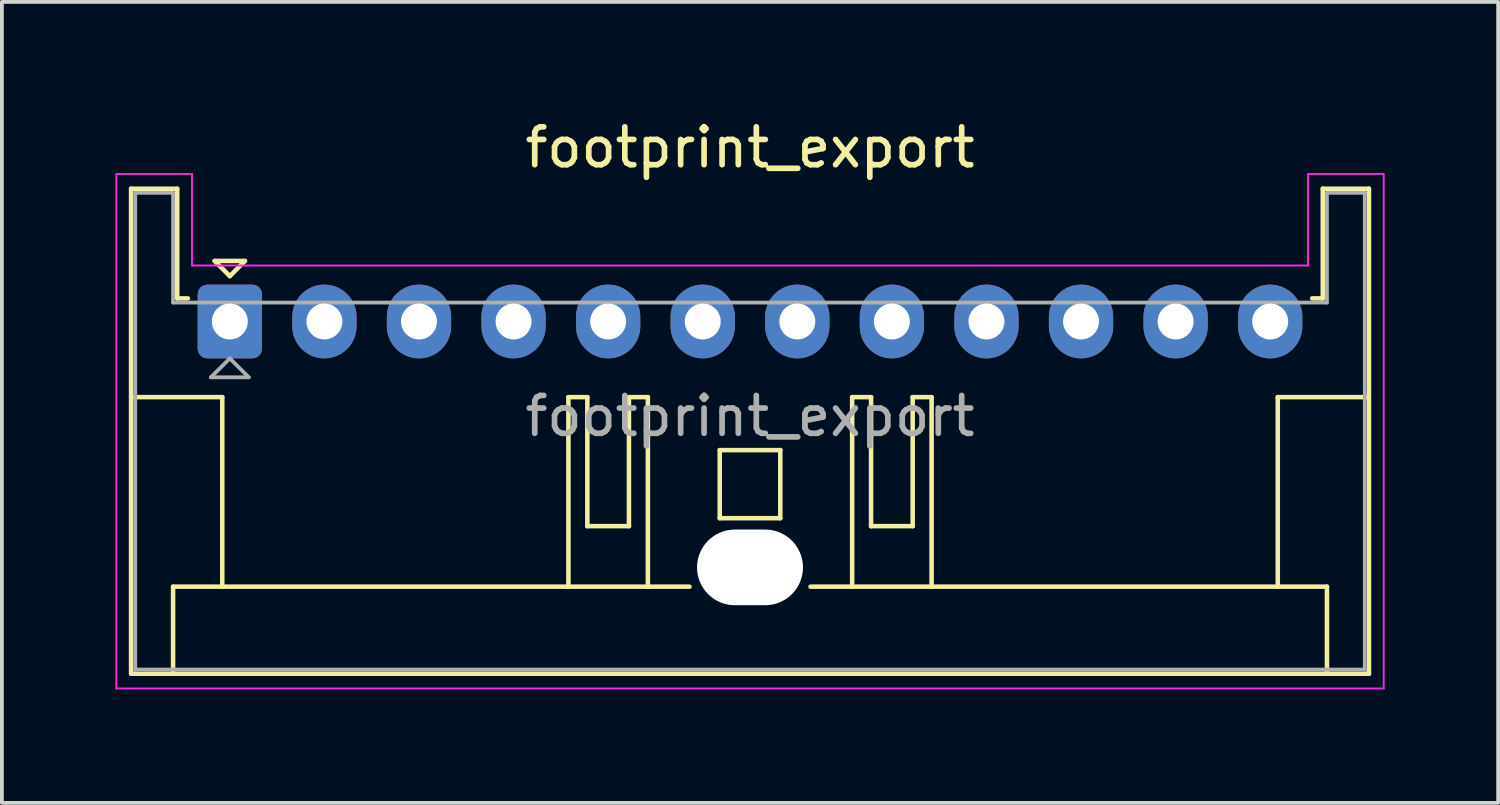
<source format=kicad_pcb>
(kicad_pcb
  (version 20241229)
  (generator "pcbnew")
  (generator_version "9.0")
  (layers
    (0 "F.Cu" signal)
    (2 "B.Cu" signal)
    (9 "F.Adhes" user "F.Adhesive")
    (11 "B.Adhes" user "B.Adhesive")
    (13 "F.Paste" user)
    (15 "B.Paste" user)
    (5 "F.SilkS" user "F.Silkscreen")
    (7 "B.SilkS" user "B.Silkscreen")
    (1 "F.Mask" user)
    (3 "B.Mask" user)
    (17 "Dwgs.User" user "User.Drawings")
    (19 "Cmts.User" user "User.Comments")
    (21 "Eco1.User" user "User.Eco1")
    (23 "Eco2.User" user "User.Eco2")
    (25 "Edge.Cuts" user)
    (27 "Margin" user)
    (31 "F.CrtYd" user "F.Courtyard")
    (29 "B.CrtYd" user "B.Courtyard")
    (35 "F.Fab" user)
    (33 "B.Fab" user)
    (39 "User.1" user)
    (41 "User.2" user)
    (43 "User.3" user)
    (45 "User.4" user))
  (footprint "footprint_export"
    (layer "F.Cu")
    (at 3.025 5.448)
    (property "Reference" "footprint_export" (at 13.75 -4.6 0) (layer "F.SilkS") (effects (font (size 1 1) (thickness 0.15))))
    (attr through_hole)
    (fp_line (start -2.61 -3.51) (end -2.61 9.31) (stroke (width 0.12) (type solid)) (layer "F.SilkS"))
    (fp_line (start -2.61 9.31) (end 30.11 9.31) (stroke (width 0.12) (type solid)) (layer "F.SilkS"))
    (fp_line (start -1.5 7.01) (end 12.15 7.01) (stroke (width 0.12) (type solid)) (layer "F.SilkS"))
    (fp_line (start -1.5 9.31) (end -1.5 7.01) (stroke (width 0.12) (type solid)) (layer "F.SilkS"))
    (fp_line (start -1.39 -3.51) (end -2.61 -3.51) (stroke (width 0.12) (type solid)) (layer "F.SilkS"))
    (fp_line (start -1.39 -0.61) (end -1.39 -3.51) (stroke (width 0.12) (type solid)) (layer "F.SilkS"))
    (fp_line (start -1.11 -0.61) (end -1.39 -0.61) (stroke (width 0.12) (type solid)) (layer "F.SilkS"))
    (fp_line (start -0.4 -1.6) (end 0.4 -1.6) (stroke (width 0.12) (type solid)) (layer "F.SilkS"))
    (fp_line (start -0.2 2) (end -2.61 2) (stroke (width 0.12) (type solid)) (layer "F.SilkS"))
    (fp_line (start -0.2 7.01) (end -0.2 2) (stroke (width 0.12) (type solid)) (layer "F.SilkS"))
    (fp_line (start 0 -1.2) (end -0.4 -1.6) (stroke (width 0.12) (type solid)) (layer "F.SilkS"))
    (fp_line (start 0.4 -1.6) (end 0 -1.2) (stroke (width 0.12) (type solid)) (layer "F.SilkS"))
    (fp_line (start 8.95 2) (end 8.95 7.01) (stroke (width 0.12) (type solid)) (layer "F.SilkS"))
    (fp_line (start 9.45 2) (end 8.95 2) (stroke (width 0.12) (type solid)) (layer "F.SilkS"))
    (fp_line (start 9.45 5.41) (end 9.45 2) (stroke (width 0.12) (type solid)) (layer "F.SilkS"))
    (fp_line (start 10.55 2) (end 10.55 5.41) (stroke (width 0.12) (type solid)) (layer "F.SilkS"))
    (fp_line (start 10.55 5.41) (end 9.45 5.41) (stroke (width 0.12) (type solid)) (layer "F.SilkS"))
    (fp_line (start 11.05 2) (end 10.55 2) (stroke (width 0.12) (type solid)) (layer "F.SilkS"))
    (fp_line (start 11.05 7.01) (end 11.05 2) (stroke (width 0.12) (type solid)) (layer "F.SilkS"))
    (fp_line (start 12.95 3.4) (end 14.55 3.4) (stroke (width 0.12) (type solid)) (layer "F.SilkS"))
    (fp_line (start 12.95 5.2) (end 12.95 3.4) (stroke (width 0.12) (type solid)) (layer "F.SilkS"))
    (fp_line (start 14.55 3.4) (end 14.55 5.2) (stroke (width 0.12) (type solid)) (layer "F.SilkS"))
    (fp_line (start 14.55 5.2) (end 12.95 5.2) (stroke (width 0.12) (type solid)) (layer "F.SilkS"))
    (fp_line (start 15.35 7.01) (end 29 7.01) (stroke (width 0.12) (type solid)) (layer "F.SilkS"))
    (fp_line (start 16.45 2) (end 16.95 2) (stroke (width 0.12) (type solid)) (layer "F.SilkS"))
    (fp_line (start 16.45 7.01) (end 16.45 2) (stroke (width 0.12) (type solid)) (layer "F.SilkS"))
    (fp_line (start 16.95 2) (end 16.95 5.41) (stroke (width 0.12) (type solid)) (layer "F.SilkS"))
    (fp_line (start 16.95 5.41) (end 18.05 5.41) (stroke (width 0.12) (type solid)) (layer "F.SilkS"))
    (fp_line (start 18.05 2) (end 18.55 2) (stroke (width 0.12) (type solid)) (layer "F.SilkS"))
    (fp_line (start 18.05 5.41) (end 18.05 2) (stroke (width 0.12) (type solid)) (layer "F.SilkS"))
    (fp_line (start 18.55 2) (end 18.55 7.01) (stroke (width 0.12) (type solid)) (layer "F.SilkS"))
    (fp_line (start 27.7 2) (end 30.11 2) (stroke (width 0.12) (type solid)) (layer "F.SilkS"))
    (fp_line (start 27.7 7.01) (end 27.7 2) (stroke (width 0.12) (type solid)) (layer "F.SilkS"))
    (fp_line (start 28.89 -3.51) (end 28.89 -0.61) (stroke (width 0.12) (type solid)) (layer "F.SilkS"))
    (fp_line (start 28.89 -0.61) (end 28.61 -0.61) (stroke (width 0.12) (type solid)) (layer "F.SilkS"))
    (fp_line (start 29 7.01) (end 29 9.31) (stroke (width 0.12) (type solid)) (layer "F.SilkS"))
    (fp_line (start 30.11 -3.51) (end 28.89 -3.51) (stroke (width 0.12) (type solid)) (layer "F.SilkS"))
    (fp_line (start 30.11 9.31) (end 30.11 -3.51) (stroke (width 0.12) (type solid)) (layer "F.SilkS"))
    (fp_line (start -3 -3.9) (end -3 9.7) (stroke (width 0.05) (type solid)) (layer "F.CrtYd"))
    (fp_line (start -3 9.7) (end 30.5 9.7) (stroke (width 0.05) (type solid)) (layer "F.CrtYd"))
    (fp_line (start -1 -3.9) (end -3 -3.9) (stroke (width 0.05) (type solid)) (layer "F.CrtYd"))
    (fp_line (start -1 -1.48) (end -1 -3.9) (stroke (width 0.05) (type solid)) (layer "F.CrtYd"))
    (fp_line (start 28.5 -3.9) (end 28.5 -1.48) (stroke (width 0.05) (type solid)) (layer "F.CrtYd"))
    (fp_line (start 28.5 -1.48) (end -1 -1.48) (stroke (width 0.05) (type solid)) (layer "F.CrtYd"))
    (fp_line (start 30.5 -3.9) (end 28.5 -3.9) (stroke (width 0.05) (type solid)) (layer "F.CrtYd"))
    (fp_line (start 30.5 9.7) (end 30.5 -3.9) (stroke (width 0.05) (type solid)) (layer "F.CrtYd"))
    (fp_line (start -2.5 -3.4) (end -2.5 9.2) (stroke (width 0.1) (type solid)) (layer "F.Fab"))
    (fp_line (start -2.5 9.2) (end 30 9.2) (stroke (width 0.1) (type solid)) (layer "F.Fab"))
    (fp_line (start -1.5 -3.4) (end -2.5 -3.4) (stroke (width 0.1) (type solid)) (layer "F.Fab"))
    (fp_line (start -1.5 -0.5) (end -1.5 -3.4) (stroke (width 0.1) (type solid)) (layer "F.Fab"))
    (fp_line (start -0.5 1.475) (end 0.5 1.475) (stroke (width 0.1) (type solid)) (layer "F.Fab"))
    (fp_line (start 0 0.975) (end -0.5 1.475) (stroke (width 0.1) (type solid)) (layer "F.Fab"))
    (fp_line (start 0.5 1.475) (end 0 0.975) (stroke (width 0.1) (type solid)) (layer "F.Fab"))
    (fp_line (start 29 -3.4) (end 29 -0.5) (stroke (width 0.1) (type solid)) (layer "F.Fab"))
    (fp_line (start 29 -0.5) (end -1.5 -0.5) (stroke (width 0.1) (type solid)) (layer "F.Fab"))
    (fp_line (start 30 -3.4) (end 29 -3.4) (stroke (width 0.1) (type solid)) (layer "F.Fab"))
    (fp_line (start 30 9.2) (end 30 -3.4) (stroke (width 0.1) (type solid)) (layer "F.Fab"))
    (fp_text user "${REFERENCE}" (at 13.75 2.5 0) (layer "F.Fab") (effects (font (size 1 1) (thickness 0.15))))
    (pad "" np_thru_hole oval (at 13.75 6.5) (size 2.8 2) (drill oval 2.8 2) (layers "*.Cu" "*.Mask"))
    (pad "1" thru_hole roundrect (at 0 0) (size 1.7 1.95) (drill 0.95) (layers "*.Cu" "*.Mask") (roundrect_rratio 0.147))
    (pad "2" thru_hole oval (at 2.5 0) (size 1.7 1.95) (drill 0.95) (layers "*.Cu" "*.Mask"))
    (pad "3" thru_hole oval (at 5 0) (size 1.7 1.95) (drill 0.95) (layers "*.Cu" "*.Mask"))
    (pad "4" thru_hole oval (at 7.5 0) (size 1.7 1.95) (drill 0.95) (layers "*.Cu" "*.Mask"))
    (pad "5" thru_hole oval (at 10 0) (size 1.7 1.95) (drill 0.95) (layers "*.Cu" "*.Mask"))
    (pad "6" thru_hole oval (at 12.5 0) (size 1.7 1.95) (drill 0.95) (layers "*.Cu" "*.Mask"))
    (pad "7" thru_hole oval (at 15 0) (size 1.7 1.95) (drill 0.95) (layers "*.Cu" "*.Mask"))
    (pad "8" thru_hole oval (at 17.5 0) (size 1.7 1.95) (drill 0.95) (layers "*.Cu" "*.Mask"))
    (pad "9" thru_hole oval (at 20 0) (size 1.7 1.95) (drill 0.95) (layers "*.Cu" "*.Mask"))
    (pad "10" thru_hole oval (at 22.5 0) (size 1.7 1.95) (drill 0.95) (layers "*.Cu" "*.Mask"))
    (pad "11" thru_hole oval (at 25 0) (size 1.7 1.95) (drill 0.95) (layers "*.Cu" "*.Mask"))
    (pad "12" thru_hole oval (at 27.5 0) (size 1.7 1.95) (drill 0.95) (layers "*.Cu" "*.Mask")))
  (gr_rect
    (start -3 -3)
    (end 36.55 18.173)
    (stroke (width 0.1) (type default))
    (fill no)
    (layer "Edge.Cuts")))
</source>
